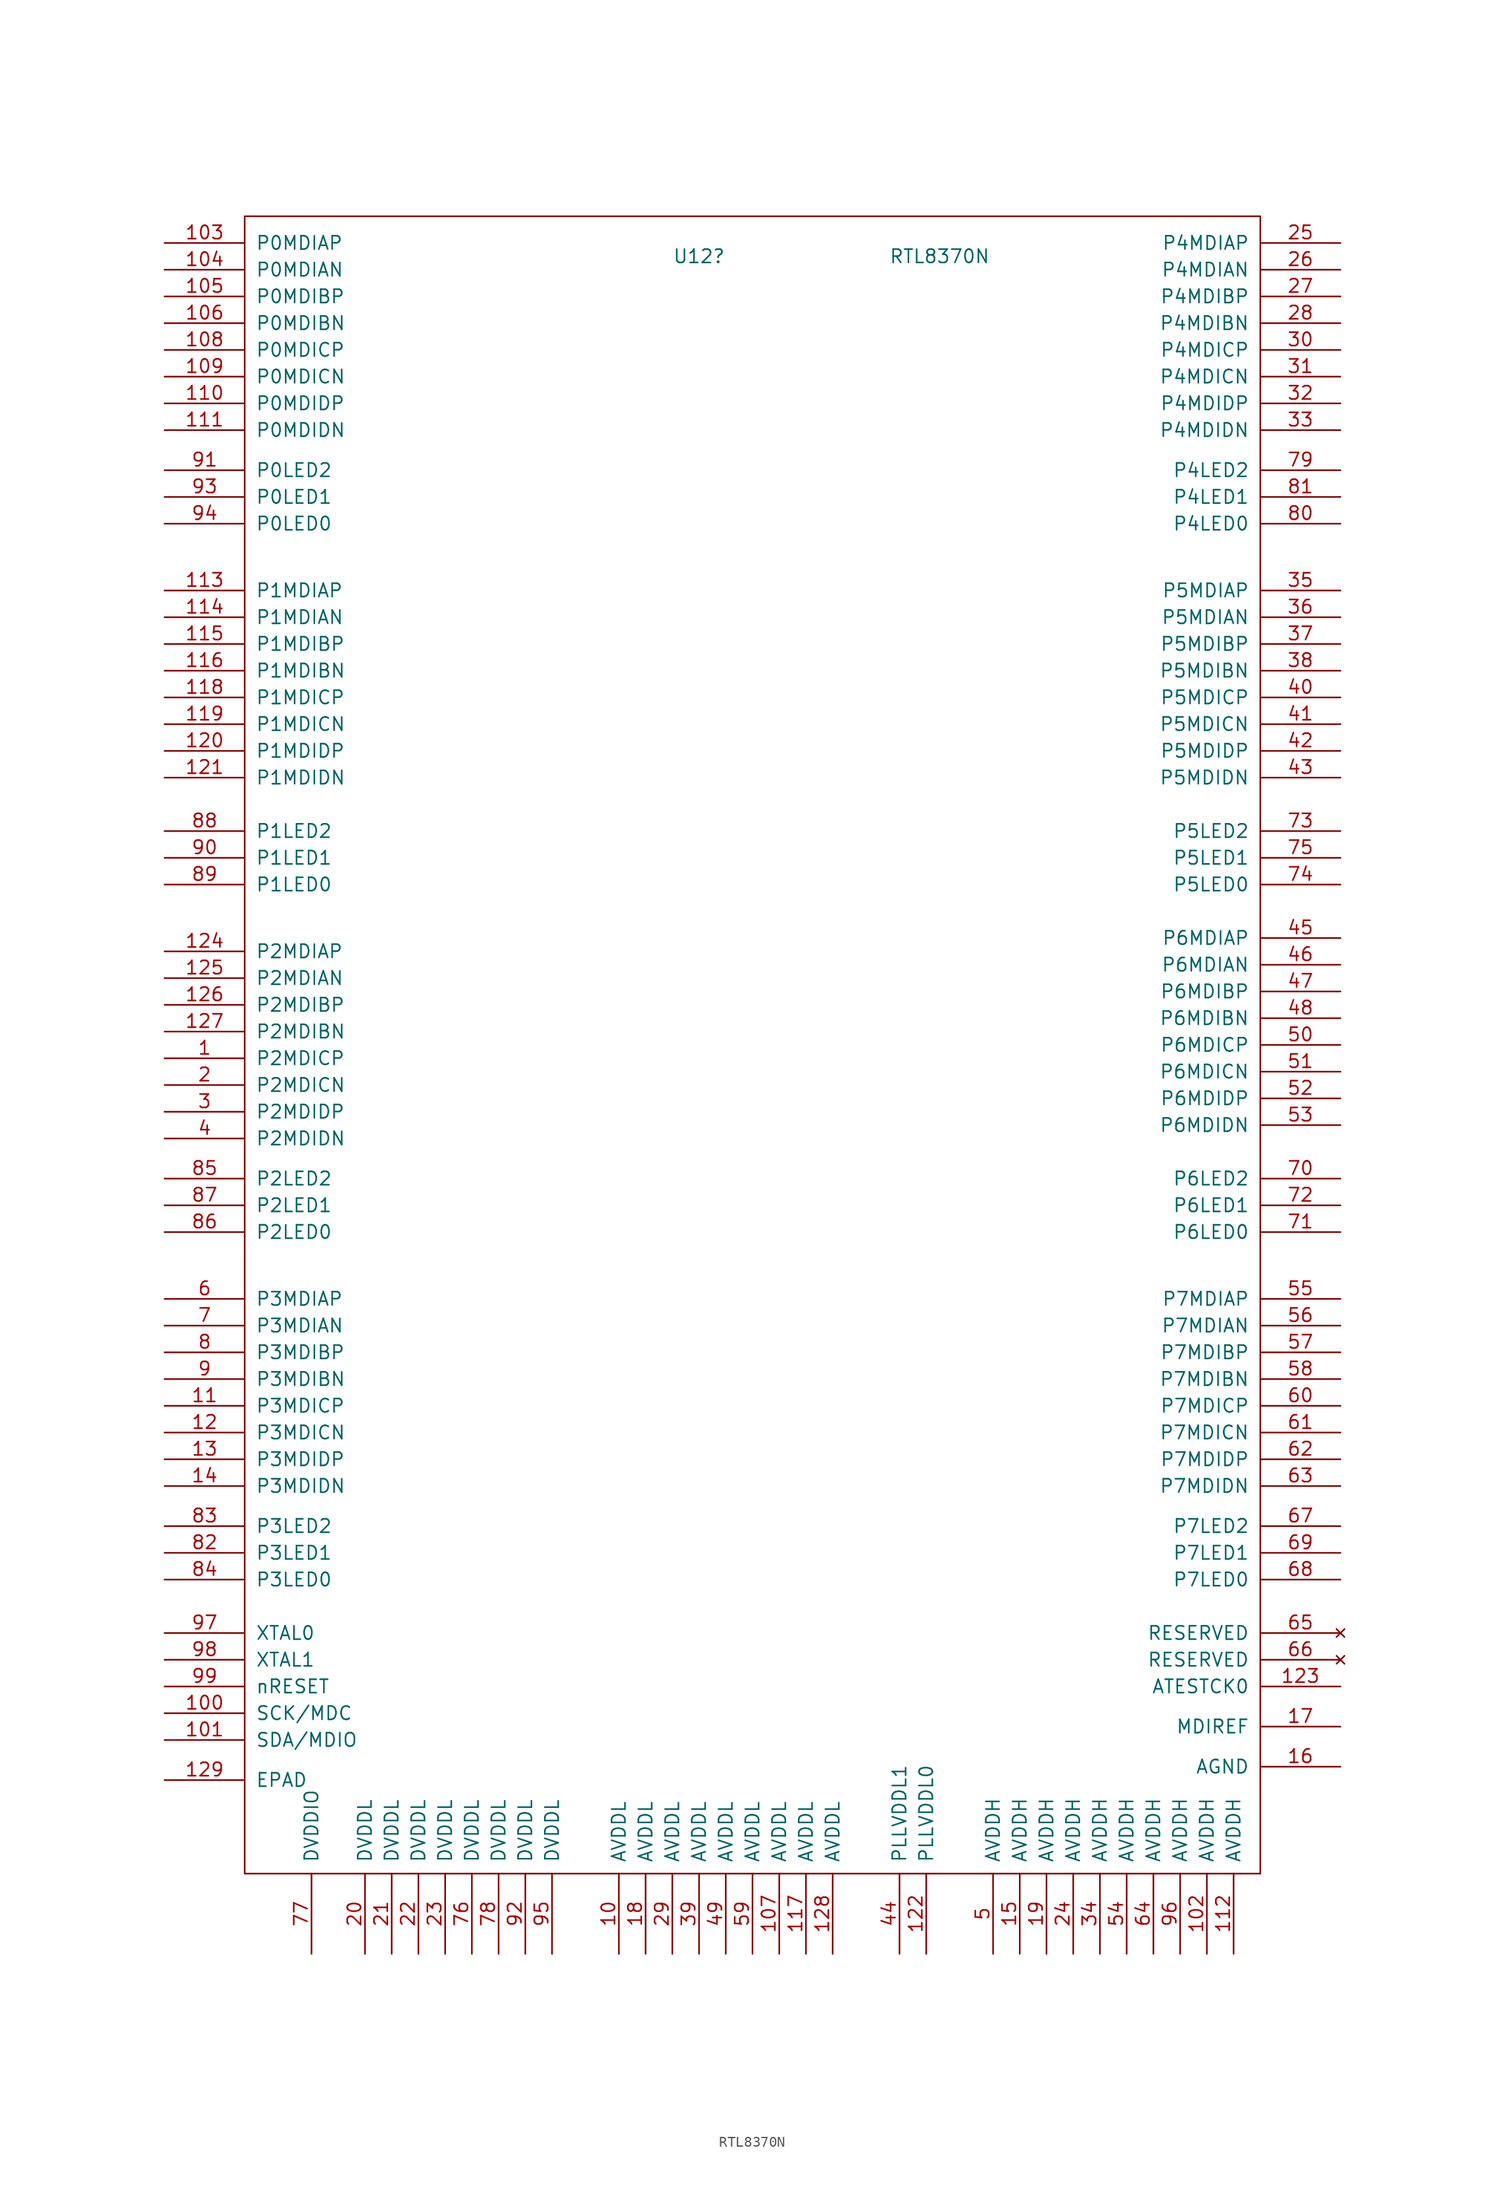
<source format=kicad_sym>
(kicad_symbol_lib
  (version 20231120)
  (generator "kicad_symbol_editor")
  (generator_version "8.0")
  (symbol "RTL8370N"
    (pin_names
      (offset 1.016))
    (property "Reference" "U12"
      (at 31.75 158.75 0)
      (effects (font (size 1.27 1.27))))
    (property "Value" "RTL8370N"
      (at 54.61 158.75 0)
      (effects (font (size 1.27 1.27))))
    (symbol "RTL8370N_1_0"
      (rectangle (start -11.43 162.56) (end 85.09 5.08) (stroke (width 0) (type default)) (fill (type none))))
    (symbol "RTL8370N_1_1"
      (pin bidirectional line (at -19.05 82.55 0) (length 7.62) (name "P2MDICP" (effects (font (size 1.27 1.27)))) (number "1" (effects (font (size 1.27 1.27)))))
      (pin bidirectional line (at 24.13 -2.54 90) (length 7.62) (name "AVDDL" (effects (font (size 1.27 1.27)))) (number "10" (effects (font (size 1.27 1.27)))))
      (pin bidirectional line (at -19.05 20.32 0) (length 7.62) (name "SCK/MDC" (effects (font (size 1.27 1.27)))) (number "100" (effects (font (size 1.27 1.27)))))
      (pin bidirectional line (at -19.05 17.78 0) (length 7.62) (name "SDA/MDIO" (effects (font (size 1.27 1.27)))) (number "101" (effects (font (size 1.27 1.27)))))
      (pin bidirectional line (at 80.01 -2.54 90) (length 7.62) (name "AVDDH" (effects (font (size 1.27 1.27)))) (number "102" (effects (font (size 1.27 1.27)))))
      (pin bidirectional line (at -19.05 160.02 0) (length 7.62) (name "P0MDIAP" (effects (font (size 1.27 1.27)))) (number "103" (effects (font (size 1.27 1.27)))))
      (pin bidirectional line (at -19.05 157.48 0) (length 7.62) (name "P0MDIAN" (effects (font (size 1.27 1.27)))) (number "104" (effects (font (size 1.27 1.27)))))
      (pin bidirectional line (at -19.05 154.94 0) (length 7.62) (name "P0MDIBP" (effects (font (size 1.27 1.27)))) (number "105" (effects (font (size 1.27 1.27)))))
      (pin bidirectional line (at -19.05 152.4 0) (length 7.62) (name "P0MDIBN" (effects (font (size 1.27 1.27)))) (number "106" (effects (font (size 1.27 1.27)))))
      (pin bidirectional line (at 39.37 -2.54 90) (length 7.62) (name "AVDDL" (effects (font (size 1.27 1.27)))) (number "107" (effects (font (size 1.27 1.27)))))
      (pin bidirectional line (at -19.05 149.86 0) (length 7.62) (name "P0MDICP" (effects (font (size 1.27 1.27)))) (number "108" (effects (font (size 1.27 1.27)))))
      (pin bidirectional line (at -19.05 147.32 0) (length 7.62) (name "P0MDICN" (effects (font (size 1.27 1.27)))) (number "109" (effects (font (size 1.27 1.27)))))
      (pin bidirectional line (at -19.05 49.53 0) (length 7.62) (name "P3MDICP" (effects (font (size 1.27 1.27)))) (number "11" (effects (font (size 1.27 1.27)))))
      (pin bidirectional line (at -19.05 144.78 0) (length 7.62) (name "P0MDIDP" (effects (font (size 1.27 1.27)))) (number "110" (effects (font (size 1.27 1.27)))))
      (pin bidirectional line (at -19.05 142.24 0) (length 7.62) (name "P0MDIDN" (effects (font (size 1.27 1.27)))) (number "111" (effects (font (size 1.27 1.27)))))
      (pin bidirectional line (at 82.55 -2.54 90) (length 7.62) (name "AVDDH" (effects (font (size 1.27 1.27)))) (number "112" (effects (font (size 1.27 1.27)))))
      (pin bidirectional line (at -19.05 127 0) (length 7.62) (name "P1MDIAP" (effects (font (size 1.27 1.27)))) (number "113" (effects (font (size 1.27 1.27)))))
      (pin bidirectional line (at -19.05 124.46 0) (length 7.62) (name "P1MDIAN" (effects (font (size 1.27 1.27)))) (number "114" (effects (font (size 1.27 1.27)))))
      (pin bidirectional line (at -19.05 121.92 0) (length 7.62) (name "P1MDIBP" (effects (font (size 1.27 1.27)))) (number "115" (effects (font (size 1.27 1.27)))))
      (pin bidirectional line (at -19.05 119.38 0) (length 7.62) (name "P1MDIBN" (effects (font (size 1.27 1.27)))) (number "116" (effects (font (size 1.27 1.27)))))
      (pin bidirectional line (at 41.91 -2.54 90) (length 7.62) (name "AVDDL" (effects (font (size 1.27 1.27)))) (number "117" (effects (font (size 1.27 1.27)))))
      (pin bidirectional line (at -19.05 116.84 0) (length 7.62) (name "P1MDICP" (effects (font (size 1.27 1.27)))) (number "118" (effects (font (size 1.27 1.27)))))
      (pin bidirectional line (at -19.05 114.3 0) (length 7.62) (name "P1MDICN" (effects (font (size 1.27 1.27)))) (number "119" (effects (font (size 1.27 1.27)))))
      (pin bidirectional line (at -19.05 46.99 0) (length 7.62) (name "P3MDICN" (effects (font (size 1.27 1.27)))) (number "12" (effects (font (size 1.27 1.27)))))
      (pin bidirectional line (at -19.05 111.76 0) (length 7.62) (name "P1MDIDP" (effects (font (size 1.27 1.27)))) (number "120" (effects (font (size 1.27 1.27)))))
      (pin bidirectional line (at -19.05 109.22 0) (length 7.62) (name "P1MDIDN" (effects (font (size 1.27 1.27)))) (number "121" (effects (font (size 1.27 1.27)))))
      (pin bidirectional line (at 53.34 -2.54 90) (length 7.62) (name "PLLVDDL0" (effects (font (size 1.27 1.27)))) (number "122" (effects (font (size 1.27 1.27)))))
      (pin bidirectional line (at 92.71 22.86 180) (length 7.62) (name "ATESTCK0" (effects (font (size 1.27 1.27)))) (number "123" (effects (font (size 1.27 1.27)))))
      (pin bidirectional line (at -19.05 92.71 0) (length 7.62) (name "P2MDIAP" (effects (font (size 1.27 1.27)))) (number "124" (effects (font (size 1.27 1.27)))))
      (pin bidirectional line (at -19.05 90.17 0) (length 7.62) (name "P2MDIAN" (effects (font (size 1.27 1.27)))) (number "125" (effects (font (size 1.27 1.27)))))
      (pin bidirectional line (at -19.05 87.63 0) (length 7.62) (name "P2MDIBP" (effects (font (size 1.27 1.27)))) (number "126" (effects (font (size 1.27 1.27)))))
      (pin bidirectional line (at -19.05 85.09 0) (length 7.62) (name "P2MDIBN" (effects (font (size 1.27 1.27)))) (number "127" (effects (font (size 1.27 1.27)))))
      (pin bidirectional line (at 44.45 -2.54 90) (length 7.62) (name "AVDDL" (effects (font (size 1.27 1.27)))) (number "128" (effects (font (size 1.27 1.27)))))
      (pin input line (at -19.05 13.97 0) (length 7.62) (name "EPAD" (effects (font (size 1.27 1.27)))) (number "129" (effects (font (size 1.27 1.27)))))
      (pin bidirectional line (at -19.05 44.45 0) (length 7.62) (name "P3MDIDP" (effects (font (size 1.27 1.27)))) (number "13" (effects (font (size 1.27 1.27)))))
      (pin bidirectional line (at -19.05 41.91 0) (length 7.62) (name "P3MDIDN" (effects (font (size 1.27 1.27)))) (number "14" (effects (font (size 1.27 1.27)))))
      (pin bidirectional line (at 62.23 -2.54 90) (length 7.62) (name "AVDDH" (effects (font (size 1.27 1.27)))) (number "15" (effects (font (size 1.27 1.27)))))
      (pin bidirectional line (at 92.71 15.24 180) (length 7.62) (name "AGND" (effects (font (size 1.27 1.27)))) (number "16" (effects (font (size 1.27 1.27)))))
      (pin bidirectional line (at 92.71 19.05 180) (length 7.62) (name "MDIREF" (effects (font (size 1.27 1.27)))) (number "17" (effects (font (size 1.27 1.27)))))
      (pin bidirectional line (at 26.67 -2.54 90) (length 7.62) (name "AVDDL" (effects (font (size 1.27 1.27)))) (number "18" (effects (font (size 1.27 1.27)))))
      (pin bidirectional line (at 64.77 -2.54 90) (length 7.62) (name "AVDDH" (effects (font (size 1.27 1.27)))) (number "19" (effects (font (size 1.27 1.27)))))
      (pin bidirectional line (at -19.05 80.01 0) (length 7.62) (name "P2MDICN" (effects (font (size 1.27 1.27)))) (number "2" (effects (font (size 1.27 1.27)))))
      (pin bidirectional line (at 0 -2.54 90) (length 7.62) (name "DVDDL" (effects (font (size 1.27 1.27)))) (number "20" (effects (font (size 1.27 1.27)))))
      (pin bidirectional line (at 2.54 -2.54 90) (length 7.62) (name "DVDDL" (effects (font (size 1.27 1.27)))) (number "21" (effects (font (size 1.27 1.27)))))
      (pin bidirectional line (at 5.08 -2.54 90) (length 7.62) (name "DVDDL" (effects (font (size 1.27 1.27)))) (number "22" (effects (font (size 1.27 1.27)))))
      (pin bidirectional line (at 7.62 -2.54 90) (length 7.62) (name "DVDDL" (effects (font (size 1.27 1.27)))) (number "23" (effects (font (size 1.27 1.27)))))
      (pin bidirectional line (at 67.31 -2.54 90) (length 7.62) (name "AVDDH" (effects (font (size 1.27 1.27)))) (number "24" (effects (font (size 1.27 1.27)))))
      (pin bidirectional line (at 92.71 160.02 180) (length 7.62) (name "P4MDIAP" (effects (font (size 1.27 1.27)))) (number "25" (effects (font (size 1.27 1.27)))))
      (pin bidirectional line (at 92.71 157.48 180) (length 7.62) (name "P4MDIAN" (effects (font (size 1.27 1.27)))) (number "26" (effects (font (size 1.27 1.27)))))
      (pin bidirectional line (at 92.71 154.94 180) (length 7.62) (name "P4MDIBP" (effects (font (size 1.27 1.27)))) (number "27" (effects (font (size 1.27 1.27)))))
      (pin bidirectional line (at 92.71 152.4 180) (length 7.62) (name "P4MDIBN" (effects (font (size 1.27 1.27)))) (number "28" (effects (font (size 1.27 1.27)))))
      (pin bidirectional line (at 29.21 -2.54 90) (length 7.62) (name "AVDDL" (effects (font (size 1.27 1.27)))) (number "29" (effects (font (size 1.27 1.27)))))
      (pin bidirectional line (at -19.05 77.47 0) (length 7.62) (name "P2MDIDP" (effects (font (size 1.27 1.27)))) (number "3" (effects (font (size 1.27 1.27)))))
      (pin bidirectional line (at 92.71 149.86 180) (length 7.62) (name "P4MDICP" (effects (font (size 1.27 1.27)))) (number "30" (effects (font (size 1.27 1.27)))))
      (pin bidirectional line (at 92.71 147.32 180) (length 7.62) (name "P4MDICN" (effects (font (size 1.27 1.27)))) (number "31" (effects (font (size 1.27 1.27)))))
      (pin bidirectional line (at 92.71 144.78 180) (length 7.62) (name "P4MDIDP" (effects (font (size 1.27 1.27)))) (number "32" (effects (font (size 1.27 1.27)))))
      (pin bidirectional line (at 92.71 142.24 180) (length 7.62) (name "P4MDIDN" (effects (font (size 1.27 1.27)))) (number "33" (effects (font (size 1.27 1.27)))))
      (pin bidirectional line (at 69.85 -2.54 90) (length 7.62) (name "AVDDH" (effects (font (size 1.27 1.27)))) (number "34" (effects (font (size 1.27 1.27)))))
      (pin bidirectional line (at 92.71 127 180) (length 7.62) (name "P5MDIAP" (effects (font (size 1.27 1.27)))) (number "35" (effects (font (size 1.27 1.27)))))
      (pin bidirectional line (at 92.71 124.46 180) (length 7.62) (name "P5MDIAN" (effects (font (size 1.27 1.27)))) (number "36" (effects (font (size 1.27 1.27)))))
      (pin bidirectional line (at 92.71 121.92 180) (length 7.62) (name "P5MDIBP" (effects (font (size 1.27 1.27)))) (number "37" (effects (font (size 1.27 1.27)))))
      (pin bidirectional line (at 92.71 119.38 180) (length 7.62) (name "P5MDIBN" (effects (font (size 1.27 1.27)))) (number "38" (effects (font (size 1.27 1.27)))))
      (pin bidirectional line (at 31.75 -2.54 90) (length 7.62) (name "AVDDL" (effects (font (size 1.27 1.27)))) (number "39" (effects (font (size 1.27 1.27)))))
      (pin bidirectional line (at -19.05 74.93 0) (length 7.62) (name "P2MDIDN" (effects (font (size 1.27 1.27)))) (number "4" (effects (font (size 1.27 1.27)))))
      (pin bidirectional line (at 92.71 116.84 180) (length 7.62) (name "P5MDICP" (effects (font (size 1.27 1.27)))) (number "40" (effects (font (size 1.27 1.27)))))
      (pin bidirectional line (at 92.71 114.3 180) (length 7.62) (name "P5MDICN" (effects (font (size 1.27 1.27)))) (number "41" (effects (font (size 1.27 1.27)))))
      (pin bidirectional line (at 92.71 111.76 180) (length 7.62) (name "P5MDIDP" (effects (font (size 1.27 1.27)))) (number "42" (effects (font (size 1.27 1.27)))))
      (pin bidirectional line (at 92.71 109.22 180) (length 7.62) (name "P5MDIDN" (effects (font (size 1.27 1.27)))) (number "43" (effects (font (size 1.27 1.27)))))
      (pin bidirectional line (at 50.8 -2.54 90) (length 7.62) (name "PLLVDDL1" (effects (font (size 1.27 1.27)))) (number "44" (effects (font (size 1.27 1.27)))))
      (pin bidirectional line (at 92.71 93.98 180) (length 7.62) (name "P6MDIAP" (effects (font (size 1.27 1.27)))) (number "45" (effects (font (size 1.27 1.27)))))
      (pin bidirectional line (at 92.71 91.44 180) (length 7.62) (name "P6MDIAN" (effects (font (size 1.27 1.27)))) (number "46" (effects (font (size 1.27 1.27)))))
      (pin bidirectional line (at 92.71 88.9 180) (length 7.62) (name "P6MDIBP" (effects (font (size 1.27 1.27)))) (number "47" (effects (font (size 1.27 1.27)))))
      (pin bidirectional line (at 92.71 86.36 180) (length 7.62) (name "P6MDIBN" (effects (font (size 1.27 1.27)))) (number "48" (effects (font (size 1.27 1.27)))))
      (pin bidirectional line (at 34.29 -2.54 90) (length 7.62) (name "AVDDL" (effects (font (size 1.27 1.27)))) (number "49" (effects (font (size 1.27 1.27)))))
      (pin bidirectional line (at 59.69 -2.54 90) (length 7.62) (name "AVDDH" (effects (font (size 1.27 1.27)))) (number "5" (effects (font (size 1.27 1.27)))))
      (pin bidirectional line (at 92.71 83.82 180) (length 7.62) (name "P6MDICP" (effects (font (size 1.27 1.27)))) (number "50" (effects (font (size 1.27 1.27)))))
      (pin bidirectional line (at 92.71 81.28 180) (length 7.62) (name "P6MDICN" (effects (font (size 1.27 1.27)))) (number "51" (effects (font (size 1.27 1.27)))))
      (pin bidirectional line (at 92.71 78.74 180) (length 7.62) (name "P6MDIDP" (effects (font (size 1.27 1.27)))) (number "52" (effects (font (size 1.27 1.27)))))
      (pin bidirectional line (at 92.71 76.2 180) (length 7.62) (name "P6MDIDN" (effects (font (size 1.27 1.27)))) (number "53" (effects (font (size 1.27 1.27)))))
      (pin bidirectional line (at 72.39 -2.54 90) (length 7.62) (name "AVDDH" (effects (font (size 1.27 1.27)))) (number "54" (effects (font (size 1.27 1.27)))))
      (pin bidirectional line (at 92.71 59.69 180) (length 7.62) (name "P7MDIAP" (effects (font (size 1.27 1.27)))) (number "55" (effects (font (size 1.27 1.27)))))
      (pin bidirectional line (at 92.71 57.15 180) (length 7.62) (name "P7MDIAN" (effects (font (size 1.27 1.27)))) (number "56" (effects (font (size 1.27 1.27)))))
      (pin bidirectional line (at 92.71 54.61 180) (length 7.62) (name "P7MDIBP" (effects (font (size 1.27 1.27)))) (number "57" (effects (font (size 1.27 1.27)))))
      (pin bidirectional line (at 92.71 52.07 180) (length 7.62) (name "P7MDIBN" (effects (font (size 1.27 1.27)))) (number "58" (effects (font (size 1.27 1.27)))))
      (pin bidirectional line (at 36.83 -2.54 90) (length 7.62) (name "AVDDL" (effects (font (size 1.27 1.27)))) (number "59" (effects (font (size 1.27 1.27)))))
      (pin bidirectional line (at -19.05 59.69 0) (length 7.62) (name "P3MDIAP" (effects (font (size 1.27 1.27)))) (number "6" (effects (font (size 1.27 1.27)))))
      (pin bidirectional line (at 92.71 49.53 180) (length 7.62) (name "P7MDICP" (effects (font (size 1.27 1.27)))) (number "60" (effects (font (size 1.27 1.27)))))
      (pin bidirectional line (at 92.71 46.99 180) (length 7.62) (name "P7MDICN" (effects (font (size 1.27 1.27)))) (number "61" (effects (font (size 1.27 1.27)))))
      (pin bidirectional line (at 92.71 44.45 180) (length 7.62) (name "P7MDIDP" (effects (font (size 1.27 1.27)))) (number "62" (effects (font (size 1.27 1.27)))))
      (pin bidirectional line (at 92.71 41.91 180) (length 7.62) (name "P7MDIDN" (effects (font (size 1.27 1.27)))) (number "63" (effects (font (size 1.27 1.27)))))
      (pin bidirectional line (at 74.93 -2.54 90) (length 7.62) (name "AVDDH" (effects (font (size 1.27 1.27)))) (number "64" (effects (font (size 1.27 1.27)))))
      (pin no_connect line (at 92.71 27.94 180) (length 7.62) (name "RESERVED" (effects (font (size 1.27 1.27)))) (number "65" (effects (font (size 1.27 1.27)))))
      (pin no_connect line (at 92.71 25.4 180) (length 7.62) (name "RESERVED" (effects (font (size 1.27 1.27)))) (number "66" (effects (font (size 1.27 1.27)))))
      (pin bidirectional line (at 92.71 38.1 180) (length 7.62) (name "P7LED2" (effects (font (size 1.27 1.27)))) (number "67" (effects (font (size 1.27 1.27)))))
      (pin bidirectional line (at 92.71 33.02 180) (length 7.62) (name "P7LED0" (effects (font (size 1.27 1.27)))) (number "68" (effects (font (size 1.27 1.27)))))
      (pin bidirectional line (at 92.71 35.56 180) (length 7.62) (name "P7LED1" (effects (font (size 1.27 1.27)))) (number "69" (effects (font (size 1.27 1.27)))))
      (pin bidirectional line (at -19.05 57.15 0) (length 7.62) (name "P3MDIAN" (effects (font (size 1.27 1.27)))) (number "7" (effects (font (size 1.27 1.27)))))
      (pin bidirectional line (at 92.71 71.12 180) (length 7.62) (name "P6LED2" (effects (font (size 1.27 1.27)))) (number "70" (effects (font (size 1.27 1.27)))))
      (pin bidirectional line (at 92.71 66.04 180) (length 7.62) (name "P6LED0" (effects (font (size 1.27 1.27)))) (number "71" (effects (font (size 1.27 1.27)))))
      (pin bidirectional line (at 92.71 68.58 180) (length 7.62) (name "P6LED1" (effects (font (size 1.27 1.27)))) (number "72" (effects (font (size 1.27 1.27)))))
      (pin bidirectional line (at 92.71 104.14 180) (length 7.62) (name "P5LED2" (effects (font (size 1.27 1.27)))) (number "73" (effects (font (size 1.27 1.27)))))
      (pin bidirectional line (at 92.71 99.06 180) (length 7.62) (name "P5LED0" (effects (font (size 1.27 1.27)))) (number "74" (effects (font (size 1.27 1.27)))))
      (pin bidirectional line (at 92.71 101.6 180) (length 7.62) (name "P5LED1" (effects (font (size 1.27 1.27)))) (number "75" (effects (font (size 1.27 1.27)))))
      (pin bidirectional line (at 10.16 -2.54 90) (length 7.62) (name "DVDDL" (effects (font (size 1.27 1.27)))) (number "76" (effects (font (size 1.27 1.27)))))
      (pin bidirectional line (at -5.08 -2.54 90) (length 7.62) (name "DVDDIO" (effects (font (size 1.27 1.27)))) (number "77" (effects (font (size 1.27 1.27)))))
      (pin bidirectional line (at 12.7 -2.54 90) (length 7.62) (name "DVDDL" (effects (font (size 1.27 1.27)))) (number "78" (effects (font (size 1.27 1.27)))))
      (pin bidirectional line (at 92.71 138.43 180) (length 7.62) (name "P4LED2" (effects (font (size 1.27 1.27)))) (number "79" (effects (font (size 1.27 1.27)))))
      (pin bidirectional line (at -19.05 54.61 0) (length 7.62) (name "P3MDIBP" (effects (font (size 1.27 1.27)))) (number "8" (effects (font (size 1.27 1.27)))))
      (pin bidirectional line (at 92.71 133.35 180) (length 7.62) (name "P4LED0" (effects (font (size 1.27 1.27)))) (number "80" (effects (font (size 1.27 1.27)))))
      (pin bidirectional line (at 92.71 135.89 180) (length 7.62) (name "P4LED1" (effects (font (size 1.27 1.27)))) (number "81" (effects (font (size 1.27 1.27)))))
      (pin bidirectional line (at -19.05 35.56 0) (length 7.62) (name "P3LED1" (effects (font (size 1.27 1.27)))) (number "82" (effects (font (size 1.27 1.27)))))
      (pin bidirectional line (at -19.05 38.1 0) (length 7.62) (name "P3LED2" (effects (font (size 1.27 1.27)))) (number "83" (effects (font (size 1.27 1.27)))))
      (pin bidirectional line (at -19.05 33.02 0) (length 7.62) (name "P3LED0" (effects (font (size 1.27 1.27)))) (number "84" (effects (font (size 1.27 1.27)))))
      (pin bidirectional line (at -19.05 71.12 0) (length 7.62) (name "P2LED2" (effects (font (size 1.27 1.27)))) (number "85" (effects (font (size 1.27 1.27)))))
      (pin bidirectional line (at -19.05 66.04 0) (length 7.62) (name "P2LED0" (effects (font (size 1.27 1.27)))) (number "86" (effects (font (size 1.27 1.27)))))
      (pin bidirectional line (at -19.05 68.58 0) (length 7.62) (name "P2LED1" (effects (font (size 1.27 1.27)))) (number "87" (effects (font (size 1.27 1.27)))))
      (pin bidirectional line (at -19.05 104.14 0) (length 7.62) (name "P1LED2" (effects (font (size 1.27 1.27)))) (number "88" (effects (font (size 1.27 1.27)))))
      (pin bidirectional line (at -19.05 99.06 0) (length 7.62) (name "P1LED0" (effects (font (size 1.27 1.27)))) (number "89" (effects (font (size 1.27 1.27)))))
      (pin bidirectional line (at -19.05 52.07 0) (length 7.62) (name "P3MDIBN" (effects (font (size 1.27 1.27)))) (number "9" (effects (font (size 1.27 1.27)))))
      (pin bidirectional line (at -19.05 101.6 0) (length 7.62) (name "P1LED1" (effects (font (size 1.27 1.27)))) (number "90" (effects (font (size 1.27 1.27)))))
      (pin bidirectional line (at -19.05 138.43 0) (length 7.62) (name "P0LED2" (effects (font (size 1.27 1.27)))) (number "91" (effects (font (size 1.27 1.27)))))
      (pin bidirectional line (at 15.24 -2.54 90) (length 7.62) (name "DVDDL" (effects (font (size 1.27 1.27)))) (number "92" (effects (font (size 1.27 1.27)))))
      (pin bidirectional line (at -19.05 135.89 0) (length 7.62) (name "P0LED1" (effects (font (size 1.27 1.27)))) (number "93" (effects (font (size 1.27 1.27)))))
      (pin bidirectional line (at -19.05 133.35 0) (length 7.62) (name "P0LED0" (effects (font (size 1.27 1.27)))) (number "94" (effects (font (size 1.27 1.27)))))
      (pin bidirectional line (at 17.78 -2.54 90) (length 7.62) (name "DVDDL" (effects (font (size 1.27 1.27)))) (number "95" (effects (font (size 1.27 1.27)))))
      (pin bidirectional line (at 77.47 -2.54 90) (length 7.62) (name "AVDDH" (effects (font (size 1.27 1.27)))) (number "96" (effects (font (size 1.27 1.27)))))
      (pin bidirectional line (at -19.05 27.94 0) (length 7.62) (name "XTAL0" (effects (font (size 1.27 1.27)))) (number "97" (effects (font (size 1.27 1.27)))))
      (pin bidirectional line (at -19.05 25.4 0) (length 7.62) (name "XTAL1" (effects (font (size 1.27 1.27)))) (number "98" (effects (font (size 1.27 1.27)))))
      (pin bidirectional line (at -19.05 22.86 0) (length 7.62) (name "nRESET" (effects (font (size 1.27 1.27)))) (number "99" (effects (font (size 1.27 1.27))))))))
</source>
